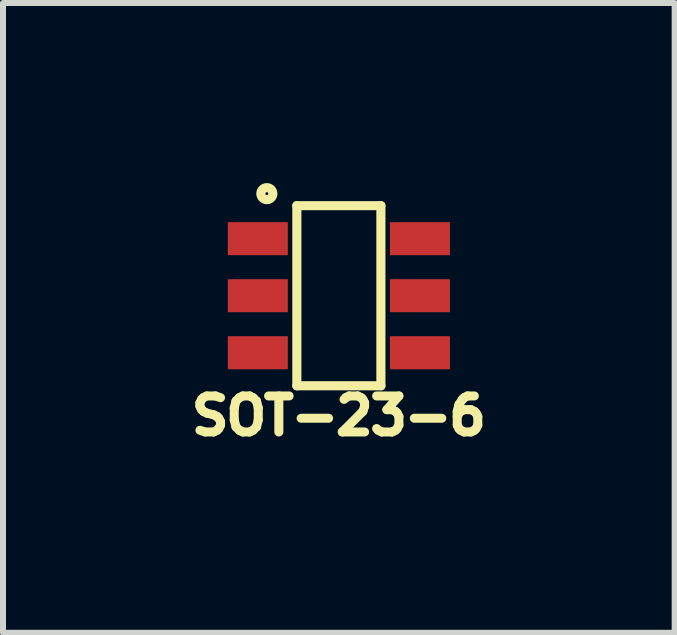
<source format=kicad_pcb>
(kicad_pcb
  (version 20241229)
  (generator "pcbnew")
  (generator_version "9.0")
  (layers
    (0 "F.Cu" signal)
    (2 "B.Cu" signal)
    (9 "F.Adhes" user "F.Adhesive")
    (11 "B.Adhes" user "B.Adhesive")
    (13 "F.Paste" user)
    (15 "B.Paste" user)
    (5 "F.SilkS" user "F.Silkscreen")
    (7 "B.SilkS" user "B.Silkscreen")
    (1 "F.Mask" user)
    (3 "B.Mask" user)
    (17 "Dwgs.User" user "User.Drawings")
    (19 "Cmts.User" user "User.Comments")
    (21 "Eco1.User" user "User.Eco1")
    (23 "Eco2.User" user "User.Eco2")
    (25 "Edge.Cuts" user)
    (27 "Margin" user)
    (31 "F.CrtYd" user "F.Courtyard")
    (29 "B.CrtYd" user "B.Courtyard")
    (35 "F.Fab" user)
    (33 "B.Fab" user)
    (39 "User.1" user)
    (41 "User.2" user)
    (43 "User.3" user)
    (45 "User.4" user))
  (footprint "SOT-23-6"
    (layer "F.Cu")
    (at 2.595 1.876)
    (property "Reference" "SOT-23-6" (at 0 2 180) (layer "F.SilkS") (effects (font (size 0.6 0.6) (thickness 0.15))))
    (attr smd)
    (fp_line (start -0.7 -1.5) (end 0.7 -1.5) (stroke (width 0.152) (type solid)) (layer "F.SilkS"))
    (fp_line (start -0.7 1.5) (end -0.7 -1.5) (stroke (width 0.152) (type solid)) (layer "F.SilkS"))
    (fp_line (start 0.7 -1.5) (end 0.7 1.5) (stroke (width 0.152) (type solid)) (layer "F.SilkS"))
    (fp_line (start 0.7 1.5) (end -0.7 1.5) (stroke (width 0.152) (type solid)) (layer "F.SilkS"))
    (fp_circle (center -1.2 -1.7) (end -1.1 -1.7) (stroke (width 0.152) (type solid)) (fill no) (layer "F.SilkS"))
    (pad "1" smd rect (at -1.35 -0.95) (size 1 0.55) (layers "F.Cu" "F.Mask" "F.Paste"))
    (pad "2" smd rect (at -1.35 0) (size 1 0.55) (layers "F.Cu" "F.Mask" "F.Paste"))
    (pad "3" smd rect (at -1.35 0.95) (size 1 0.55) (layers "F.Cu" "F.Mask" "F.Paste"))
    (pad "4" smd rect (at 1.35 0.95) (size 1 0.55) (layers "F.Cu" "F.Mask" "F.Paste"))
    (pad "5" smd rect (at 1.35 0) (size 1 0.55) (layers "F.Cu" "F.Mask" "F.Paste"))
    (pad "6" smd rect (at 1.35 -0.95) (size 1 0.55) (layers "F.Cu" "F.Mask" "F.Paste")))
  (gr_rect
    (start -3 -3)
    (end 8.189 7.491)
    (stroke (width 0.1) (type default))
    (fill no)
    (layer "Edge.Cuts")))
</source>
